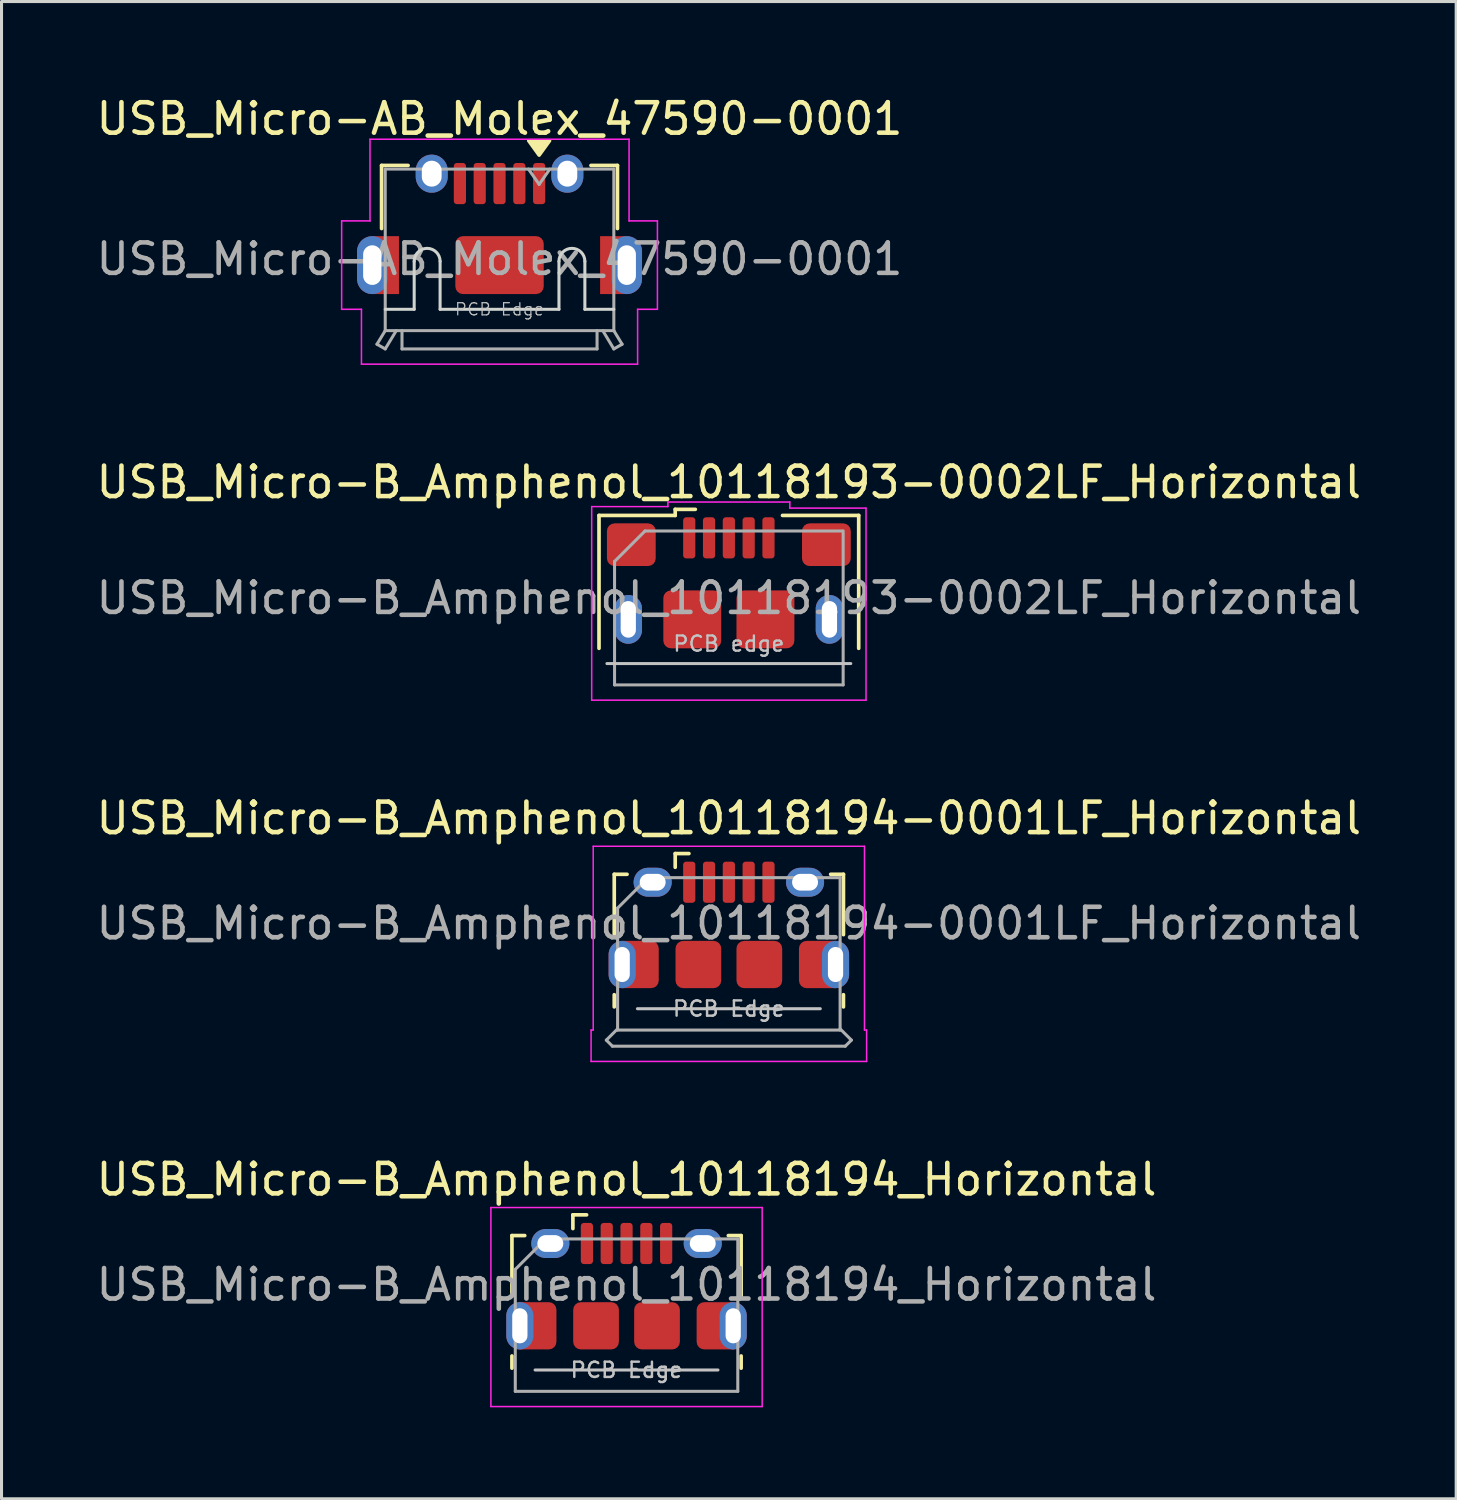
<source format=kicad_pcb>
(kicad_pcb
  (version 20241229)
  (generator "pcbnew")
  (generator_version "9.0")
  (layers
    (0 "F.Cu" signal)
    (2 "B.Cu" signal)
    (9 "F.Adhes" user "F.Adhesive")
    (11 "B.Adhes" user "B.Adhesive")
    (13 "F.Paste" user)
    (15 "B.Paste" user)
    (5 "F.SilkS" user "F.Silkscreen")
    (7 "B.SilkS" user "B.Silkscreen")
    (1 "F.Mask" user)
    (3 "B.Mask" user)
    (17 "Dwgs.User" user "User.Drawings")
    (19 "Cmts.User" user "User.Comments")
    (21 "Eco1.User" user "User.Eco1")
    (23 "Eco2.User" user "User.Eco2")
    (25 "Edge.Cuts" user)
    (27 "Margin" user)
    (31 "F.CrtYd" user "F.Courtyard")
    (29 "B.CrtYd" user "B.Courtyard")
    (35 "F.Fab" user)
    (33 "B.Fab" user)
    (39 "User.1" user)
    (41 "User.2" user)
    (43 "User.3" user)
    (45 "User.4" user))
  (footprint "USB_Micro-B_Amphenol_10118193-0002LF_Horizontal"
    (layer "F.Cu")
    (at 20.863 17.271)
    (property "Reference" "USB_Micro-B_Amphenol_10118193-0002LF_Horizontal" (at 0 -4.5 0) (layer "F.SilkS") (effects (font (size 1 1) (thickness 0.15))))
    (attr smd)
    (fp_line (start -4.26 -3.41) (end -4.26 0.95) (stroke (width 0.12) (type solid)) (layer "F.SilkS"))
    (fp_line (start -4.26 -3.41) (end -1.76 -3.41) (stroke (width 0.12) (type default)) (layer "F.SilkS"))
    (fp_line (start -1.76 -3.41) (end -1.76 -3.61) (stroke (width 0.12) (type default)) (layer "F.SilkS"))
    (fp_line (start -1.1 -3.61) (end -1.76 -3.61) (stroke (width 0.12) (type default)) (layer "F.SilkS"))
    (fp_line (start 1.76 -3.41) (end 4.26 -3.41) (stroke (width 0.12) (type default)) (layer "F.SilkS"))
    (fp_line (start 4.26 -3.41) (end 4.26 0.95) (stroke (width 0.12) (type solid)) (layer "F.SilkS"))
    (fp_line (start -4 1.45) (end 4 1.45) (stroke (width 0.1) (type solid)) (layer "Dwgs.User"))
    (fp_line (start -4.5 -3.7) (end -4.5 2.65) (stroke (width 0.05) (type solid)) (layer "F.CrtYd"))
    (fp_line (start -4.5 -3.7) (end -2 -3.7) (stroke (width 0.05) (type default)) (layer "F.CrtYd"))
    (fp_line (start -2 -3.85) (end 2 -3.85) (stroke (width 0.05) (type solid)) (layer "F.CrtYd"))
    (fp_line (start -2 -3.7) (end -2 -3.85) (stroke (width 0.05) (type default)) (layer "F.CrtYd"))
    (fp_line (start 2 -3.65) (end 2 -3.85) (stroke (width 0.05) (type default)) (layer "F.CrtYd"))
    (fp_line (start 4.5 -3.65) (end 2 -3.65) (stroke (width 0.05) (type default)) (layer "F.CrtYd"))
    (fp_line (start 4.5 2.65) (end -4.5 2.65) (stroke (width 0.05) (type solid)) (layer "F.CrtYd"))
    (fp_line (start 4.5 2.65) (end 4.5 -3.65) (stroke (width 0.05) (type solid)) (layer "F.CrtYd"))
    (fp_line (start -3.75 -1.9) (end -3.75 2.15) (stroke (width 0.1) (type solid)) (layer "F.Fab"))
    (fp_line (start -3.75 -1.9) (end -2.75 -2.9) (stroke (width 0.1) (type default)) (layer "F.Fab"))
    (fp_line (start -3.75 2.15) (end 3.75 2.15) (stroke (width 0.1) (type solid)) (layer "F.Fab"))
    (fp_line (start 3.73 -2.9) (end -2.75 -2.9) (stroke (width 0.1) (type solid)) (layer "F.Fab"))
    (fp_line (start 3.75 2.15) (end 3.75 -2.9) (stroke (width 0.1) (type solid)) (layer "F.Fab"))
    (fp_text user "PCB edge" (at 0 0.8 0) (layer "Dwgs.User") (effects (font (size 0.5 0.5) (thickness 0.075))))
    (fp_text user "${REFERENCE}" (at 0 -0.7 0) (layer "F.Fab") (effects (font (size 1 1) (thickness 0.15))))
    (pad "1" smd roundrect (at -1.3 -2.675) (size 0.4 1.35) (layers "F.Cu" "F.Mask" "F.Paste") (roundrect_rratio 0.25))
    (pad "2" smd roundrect (at -0.65 -2.675) (size 0.4 1.35) (layers "F.Cu" "F.Mask" "F.Paste") (roundrect_rratio 0.25))
    (pad "3" smd roundrect (at 0 -2.675) (size 0.4 1.35) (layers "F.Cu" "F.Mask" "F.Paste") (roundrect_rratio 0.25))
    (pad "4" smd roundrect (at 0.65 -2.675) (size 0.4 1.35) (layers "F.Cu" "F.Mask" "F.Paste") (roundrect_rratio 0.25))
    (pad "5" smd roundrect (at 1.3 -2.675) (size 0.4 1.35) (layers "F.Cu" "F.Mask" "F.Paste") (roundrect_rratio 0.25))
    (pad "6" thru_hole oval (at -3.3 0 90) (size 1.6 0.9) (drill oval 1.2 0.5) (property pad_prop_heatsink) (layers "*.Cu" "*.Mask" "F.Paste"))
    (pad "6" smd roundrect (at -3.2 -2.45) (size 1.6 1.4) (layers "F.Cu" "F.Mask" "F.Paste") (roundrect_rratio 0.179))
    (pad "6" smd roundrect (at -1.2 0) (size 1.9 1.9) (layers "F.Cu" "F.Mask" "F.Paste") (roundrect_rratio 0.132))
    (pad "6" smd roundrect (at 1.2 0) (size 1.9 1.9) (layers "F.Cu" "F.Mask" "F.Paste") (roundrect_rratio 0.132))
    (pad "6" smd roundrect (at 3.2 -2.45) (size 1.6 1.4) (layers "F.Cu" "F.Mask" "F.Paste") (roundrect_rratio 0.179))
    (pad "6" thru_hole oval (at 3.3 0 90) (size 1.6 0.9) (drill oval 1.2 0.5) (property pad_prop_heatsink) (layers "*.Cu" "*.Mask" "F.Paste")))
  (footprint "USB_Micro-B_Amphenol_10118194-0001LF_Horizontal"
    (layer "F.Cu")
    (at 20.863 27.295)
    (property "Reference" "USB_Micro-B_Amphenol_10118194-0001LF_Horizontal" (at 0 -3.5 0) (layer "F.SilkS") (effects (font (size 1 1) (thickness 0.15))))
    (attr smd)
    (fp_line (start -3.76 -1.66) (end -3.34 -1.66) (stroke (width 0.12) (type solid)) (layer "F.SilkS"))
    (fp_line (start -3.76 0.32) (end -3.76 -1.66) (stroke (width 0.12) (type solid)) (layer "F.SilkS"))
    (fp_line (start -3.76 2.69) (end -3.76 2.29) (stroke (width 0.12) (type solid)) (layer "F.SilkS"))
    (fp_line (start -1.76 -1.89) (end -1.76 -2.34) (stroke (width 0.12) (type solid)) (layer "F.SilkS"))
    (fp_line (start -1.31 -2.34) (end -1.76 -2.34) (stroke (width 0.12) (type solid)) (layer "F.SilkS"))
    (fp_line (start 3.76 -1.66) (end 3.34 -1.66) (stroke (width 0.12) (type solid)) (layer "F.SilkS"))
    (fp_line (start 3.76 0.32) (end 3.76 -1.66) (stroke (width 0.12) (type solid)) (layer "F.SilkS"))
    (fp_line (start 3.76 2.29) (end 3.76 2.69) (stroke (width 0.12) (type solid)) (layer "F.SilkS"))
    (fp_line (start 3 2.75) (end -3 2.75) (stroke (width 0.1) (type solid)) (layer "Dwgs.User"))
    (fp_line (start -4.52 3.45) (end -4.52 4.48) (stroke (width 0.05) (type default)) (layer "F.CrtYd"))
    (fp_line (start -4.52 4.48) (end 4.52 4.48) (stroke (width 0.05) (type solid)) (layer "F.CrtYd"))
    (fp_line (start -4.45 -2.58) (end -4.45 3.45) (stroke (width 0.05) (type solid)) (layer "F.CrtYd"))
    (fp_line (start -4.45 -2.58) (end 4.45 -2.58) (stroke (width 0.05) (type solid)) (layer "F.CrtYd"))
    (fp_line (start -4.45 3.45) (end -4.52 3.45) (stroke (width 0.05) (type default)) (layer "F.CrtYd"))
    (fp_line (start 4.45 -2.58) (end 4.45 3.45) (stroke (width 0.05) (type solid)) (layer "F.CrtYd"))
    (fp_line (start 4.45 3.45) (end 4.52 3.45) (stroke (width 0.05) (type default)) (layer "F.CrtYd"))
    (fp_line (start 4.52 3.45) (end 4.52 4.48) (stroke (width 0.05) (type default)) (layer "F.CrtYd"))
    (fp_line (start -4.02 3.78) (end -3.65 3.41) (stroke (width 0.1) (type default)) (layer "F.Fab"))
    (fp_line (start -3.82 3.98) (end -4.02 3.78) (stroke (width 0.1) (type default)) (layer "F.Fab"))
    (fp_line (start -3.82 3.98) (end 3.82 3.98) (stroke (width 0.1) (type default)) (layer "F.Fab"))
    (fp_line (start -3.65 -0.55) (end -2.65 -1.55) (stroke (width 0.1) (type solid)) (layer "F.Fab"))
    (fp_line (start -3.65 3.45) (end -3.65 -0.55) (stroke (width 0.1) (type solid)) (layer "F.Fab"))
    (fp_line (start -2.65 -1.55) (end 3.65 -1.55) (stroke (width 0.1) (type solid)) (layer "F.Fab"))
    (fp_line (start 3.65 -1.55) (end 3.65 3.45) (stroke (width 0.1) (type solid)) (layer "F.Fab"))
    (fp_line (start 3.65 3.41) (end 4.02 3.78) (stroke (width 0.1) (type default)) (layer "F.Fab"))
    (fp_line (start 3.65 3.45) (end -3.65 3.45) (stroke (width 0.1) (type solid)) (layer "F.Fab"))
    (fp_line (start 4.02 3.78) (end 3.82 3.98) (stroke (width 0.1) (type default)) (layer "F.Fab"))
    (fp_text user "PCB Edge" (at 0 2.75 0) (layer "Dwgs.User") (effects (font (size 0.5 0.5) (thickness 0.08))))
    (fp_text user "${REFERENCE}" (at 0 -0.05 0) (layer "F.Fab") (effects (font (size 1 1) (thickness 0.15))))
    (pad "" smd oval (at -3.5 1.3) (size 0.89 1.55) (layers "F.Paste"))
    (pad "" smd oval (at -2.5 -1.4) (size 1.25 0.95) (layers "F.Paste"))
    (pad "" smd oval (at 2.5 -1.4) (size 1.25 0.95) (layers "F.Paste"))
    (pad "" smd oval (at 3.5 1.3) (size 0.89 1.55) (layers "F.Paste"))
    (pad "1" smd roundrect (at -1.3 -1.4) (size 0.4 1.35) (layers "F.Cu" "F.Mask" "F.Paste") (roundrect_rratio 0.25))
    (pad "2" smd roundrect (at -0.65 -1.4) (size 0.4 1.35) (layers "F.Cu" "F.Mask" "F.Paste") (roundrect_rratio 0.25))
    (pad "3" smd roundrect (at 0 -1.4) (size 0.4 1.35) (layers "F.Cu" "F.Mask" "F.Paste") (roundrect_rratio 0.25))
    (pad "4" smd roundrect (at 0.65 -1.4) (size 0.4 1.35) (layers "F.Cu" "F.Mask" "F.Paste") (roundrect_rratio 0.25))
    (pad "5" smd roundrect (at 1.3 -1.4) (size 0.4 1.35) (layers "F.Cu" "F.Mask" "F.Paste") (roundrect_rratio 0.25))
    (pad "6" thru_hole oval (at -3.5 1.3) (size 0.89 1.55) (drill oval 0.5 1.15) (property pad_prop_heatsink) (layers "*.Cu" "*.Mask"))
    (pad "6" smd roundrect (at -3.025 1.3) (size 1.45 1.55) (layers "F.Cu" "F.Mask" "F.Paste") (roundrect_rratio 0.172))
    (pad "6" thru_hole oval (at -2.5 -1.4) (size 1.25 0.95) (drill oval 0.85 0.55) (property pad_prop_heatsink) (layers "*.Cu" "*.Mask"))
    (pad "6" smd roundrect (at -1 1.3) (size 1.5 1.55) (layers "F.Cu" "F.Mask" "F.Paste") (roundrect_rratio 0.167))
    (pad "6" smd roundrect (at 1 1.3) (size 1.5 1.55) (layers "F.Cu" "F.Mask" "F.Paste") (roundrect_rratio 0.167))
    (pad "6" thru_hole oval (at 2.5 -1.4) (size 1.25 0.95) (drill oval 0.85 0.55) (property pad_prop_heatsink) (layers "*.Cu" "*.Mask"))
    (pad "6" smd roundrect (at 3.025 1.3) (size 1.45 1.55) (layers "F.Cu" "F.Mask" "F.Paste") (roundrect_rratio 0.172))
    (pad "6" thru_hole oval (at 3.5 1.3) (size 0.89 1.55) (drill oval 0.5 1.15) (property pad_prop_heatsink) (layers "*.Cu" "*.Mask")))
  (footprint "USB_Micro-AB_Molex_47590-0001"
    (layer "F.Cu")
    (at 13.339 5.998)
    (property "Reference" "USB_Micro-AB_Molex_47590-0001" (at 0 -5.15 180) (layer "F.SilkS") (effects (font (size 1 1) (thickness 0.15))))
    (attr smd)
    (fp_line (start -3.87 -3.62) (end -3.87 -1.55) (stroke (width 0.12) (type solid)) (layer "F.SilkS"))
    (fp_line (start -3.87 -3.62) (end -3 -3.62) (stroke (width 0.12) (type solid)) (layer "F.SilkS"))
    (fp_line (start 3 -3.62) (end 3.87 -3.62) (stroke (width 0.12) (type solid)) (layer "F.SilkS"))
    (fp_line (start 3.87 -3.62) (end 3.87 -1.55) (stroke (width 0.12) (type solid)) (layer "F.SilkS"))
    (fp_poly (pts (xy 1.3 -3.96) (xy 0.96 -4.43) (xy 1.64 -4.43) (xy 1.3 -3.96)) (stroke (width 0.12) (type solid)) (fill yes) (layer "F.SilkS"))
    (fp_line (start -3.75 1.1) (end -2.8 1.1) (stroke (width 0.1) (type solid)) (layer "Edge.Cuts"))
    (fp_line (start -2.8 -0.475) (end -2.8 1.1) (stroke (width 0.1) (type solid)) (layer "Edge.Cuts"))
    (fp_line (start -1.95 -0.475) (end -1.95 1.1) (stroke (width 0.1) (type solid)) (layer "Edge.Cuts"))
    (fp_line (start -1.95 1.1) (end 1.95 1.1) (stroke (width 0.1) (type solid)) (layer "Edge.Cuts"))
    (fp_line (start 1.95 -0.475) (end 1.95 1.1) (stroke (width 0.1) (type solid)) (layer "Edge.Cuts"))
    (fp_line (start 2.8 -0.475) (end 2.8 1.1) (stroke (width 0.1) (type solid)) (layer "Edge.Cuts"))
    (fp_line (start 2.8 1.1) (end 3.75 1.1) (stroke (width 0.1) (type solid)) (layer "Edge.Cuts"))
    (fp_arc (start -2.8 -0.475) (mid -2.375 -0.9) (end -1.95 -0.475) (stroke (width 0.1) (type solid)) (layer "Edge.Cuts"))
    (fp_arc (start 1.95 -0.475) (mid 2.375 -0.9) (end 2.8 -0.475) (stroke (width 0.1) (type solid)) (layer "Edge.Cuts"))
    (fp_line (start -5.18 -1.8) (end -5.18 1.1) (stroke (width 0.05) (type solid)) (layer "F.CrtYd"))
    (fp_line (start -5.18 1.1) (end -4.53 1.1) (stroke (width 0.05) (type default)) (layer "F.CrtYd"))
    (fp_line (start -4.53 1.1) (end -4.53 2.9) (stroke (width 0.05) (type default)) (layer "F.CrtYd"))
    (fp_line (start -4.53 2.9) (end 4.53 2.9) (stroke (width 0.05) (type solid)) (layer "F.CrtYd"))
    (fp_line (start -4.25 -4.48) (end -4.25 -1.8) (stroke (width 0.05) (type default)) (layer "F.CrtYd"))
    (fp_line (start -4.25 -4.48) (end 4.25 -4.48) (stroke (width 0.05) (type solid)) (layer "F.CrtYd"))
    (fp_line (start -4.25 -1.8) (end -5.18 -1.8) (stroke (width 0.05) (type default)) (layer "F.CrtYd"))
    (fp_line (start 4.25 -4.48) (end 4.25 -1.8) (stroke (width 0.05) (type default)) (layer "F.CrtYd"))
    (fp_line (start 4.25 -1.8) (end 5.18 -1.8) (stroke (width 0.05) (type default)) (layer "F.CrtYd"))
    (fp_line (start 4.53 1.1) (end 4.53 2.9) (stroke (width 0.05) (type default)) (layer "F.CrtYd"))
    (fp_line (start 5.18 -1.8) (end 5.18 1.1) (stroke (width 0.05) (type solid)) (layer "F.CrtYd"))
    (fp_line (start 5.18 1.1) (end 4.53 1.1) (stroke (width 0.05) (type default)) (layer "F.CrtYd"))
    (fp_line (start -3.75 -3.5) (end -3.75 1.8) (stroke (width 0.1) (type solid)) (layer "F.Fab"))
    (fp_line (start -3.75 -3.5) (end 3.75 -3.5) (stroke (width 0.1) (type solid)) (layer "F.Fab"))
    (fp_line (start -3.75 1.8) (end -4.021 2.246) (stroke (width 0.1) (type solid)) (layer "F.Fab"))
    (fp_line (start -3.75 1.8) (end 3.75 1.8) (stroke (width 0.1) (type solid)) (layer "F.Fab"))
    (fp_line (start -3.75 2.4) (end -4.021 2.246) (stroke (width 0.1) (type default)) (layer "F.Fab"))
    (fp_line (start -3.388 1.8) (end -3.75 2.4) (stroke (width 0.1) (type solid)) (layer "F.Fab"))
    (fp_line (start -3.2 1.8) (end -3.2 2.4) (stroke (width 0.1) (type solid)) (layer "F.Fab"))
    (fp_line (start -3.2 2.4) (end 3.2 2.4) (stroke (width 0.1) (type solid)) (layer "F.Fab"))
    (fp_line (start 0.95 -3.5) (end 1.3 -3) (stroke (width 0.1) (type solid)) (layer "F.Fab"))
    (fp_line (start 1.3 -3) (end 1.65 -3.5) (stroke (width 0.1) (type solid)) (layer "F.Fab"))
    (fp_line (start 3.2 1.8) (end 3.2 2.4) (stroke (width 0.1) (type solid)) (layer "F.Fab"))
    (fp_line (start 3.388 1.8) (end 3.75 2.4) (stroke (width 0.1) (type solid)) (layer "F.Fab"))
    (fp_line (start 3.75 -3.5) (end 3.75 1.8) (stroke (width 0.1) (type solid)) (layer "F.Fab"))
    (fp_line (start 3.75 1.8) (end 4.021 2.246) (stroke (width 0.1) (type solid)) (layer "F.Fab"))
    (fp_line (start 3.75 2.4) (end 4.021 2.246) (stroke (width 0.1) (type default)) (layer "F.Fab"))
    (fp_text user "PCB Edge" (at 0 1.1 0) (layer "Dwgs.User") (effects (font (size 0.4 0.4) (thickness 0.04))))
    (fp_text user "${REFERENCE}" (at 0 -0.55 0) (layer "F.Fab") (effects (font (size 1 1) (thickness 0.15))))
    (pad "" smd rect (at -3.5 -0.35) (size 0.3 0.85) (layers "F.Paste"))
    (pad "" smd rect (at 3.5 -0.35) (size 0.3 0.85) (layers "F.Paste"))
    (pad "1" smd roundrect (at 1.3 -3.025) (size 0.4 1.35) (layers "F.Cu" "F.Mask" "F.Paste") (roundrect_rratio 0.25))
    (pad "2" smd roundrect (at 0.65 -3.025) (size 0.4 1.35) (layers "F.Cu" "F.Mask" "F.Paste") (roundrect_rratio 0.25))
    (pad "3" smd roundrect (at 0 -3.025) (size 0.4 1.35) (layers "F.Cu" "F.Mask" "F.Paste") (roundrect_rratio 0.25))
    (pad "4" smd roundrect (at -0.65 -3.025) (size 0.4 1.35) (layers "F.Cu" "F.Mask" "F.Paste") (roundrect_rratio 0.25))
    (pad "5" smd roundrect (at -1.3 -3.025) (size 0.4 1.35) (layers "F.Cu" "F.Mask" "F.Paste") (roundrect_rratio 0.25))
    (pad "6" thru_hole oval (at -4.175 -0.35) (size 1 1.9) (drill oval 0.6 1.3) (property pad_prop_heatsink) (layers "*.Cu" "*.Mask"))
    (pad "6" smd rect (at -3.737 -0.35) (size 0.875 1.9) (layers "F.Cu" "F.Mask"))
    (pad "6" thru_hole oval (at -2.225 -3.35) (size 1.05 1.25) (drill oval 0.65 0.85) (property pad_prop_heatsink) (layers "*.Cu" "*.Mask"))
    (pad "6" smd roundrect (at 0 -0.35) (size 2.9 1.9) (layers "F.Cu" "F.Mask" "F.Paste") (roundrect_rratio 0.132))
    (pad "6" thru_hole oval (at 2.225 -3.35) (size 1.05 1.25) (drill oval 0.65 0.85) (property pad_prop_heatsink) (layers "*.Cu" "*.Mask"))
    (pad "6" smd rect (at 3.737 -0.35) (size 0.875 1.9) (layers "F.Cu" "F.Mask"))
    (pad "6" thru_hole oval (at 4.175 -0.35) (size 1 1.9) (drill oval 0.6 1.3) (property pad_prop_heatsink) (layers "*.Cu" "*.Mask")))
  (footprint "USB_Micro-B_Amphenol_10118194_Horizontal"
    (layer "F.Cu")
    (at 17.506 39.148)
    (property "Reference" "USB_Micro-B_Amphenol_10118194_Horizontal" (at 0 -3.5 0) (layer "F.SilkS") (effects (font (size 1 1) (thickness 0.15))))
    (attr smd)
    (fp_line (start -3.76 -1.66) (end -3.34 -1.66) (stroke (width 0.12) (type solid)) (layer "F.SilkS"))
    (fp_line (start -3.76 0.32) (end -3.76 -1.66) (stroke (width 0.12) (type solid)) (layer "F.SilkS"))
    (fp_line (start -3.76 2.69) (end -3.76 2.29) (stroke (width 0.12) (type solid)) (layer "F.SilkS"))
    (fp_line (start -1.76 -1.89) (end -1.76 -2.34) (stroke (width 0.12) (type solid)) (layer "F.SilkS"))
    (fp_line (start -1.31 -2.34) (end -1.76 -2.34) (stroke (width 0.12) (type solid)) (layer "F.SilkS"))
    (fp_line (start 3.76 -1.66) (end 3.34 -1.66) (stroke (width 0.12) (type solid)) (layer "F.SilkS"))
    (fp_line (start 3.76 0.32) (end 3.76 -1.66) (stroke (width 0.12) (type solid)) (layer "F.SilkS"))
    (fp_line (start 3.76 2.29) (end 3.76 2.69) (stroke (width 0.12) (type solid)) (layer "F.SilkS"))
    (fp_line (start 3 2.75) (end -3 2.75) (stroke (width 0.1) (type solid)) (layer "Dwgs.User"))
    (fp_line (start -4.45 -2.58) (end -4.45 3.95) (stroke (width 0.05) (type solid)) (layer "F.CrtYd"))
    (fp_line (start -4.45 -2.58) (end 4.45 -2.58) (stroke (width 0.05) (type solid)) (layer "F.CrtYd"))
    (fp_line (start -4.45 3.95) (end 4.45 3.95) (stroke (width 0.05) (type solid)) (layer "F.CrtYd"))
    (fp_line (start 4.45 -2.58) (end 4.45 3.95) (stroke (width 0.05) (type solid)) (layer "F.CrtYd"))
    (fp_line (start -3.65 -0.55) (end -2.65 -1.55) (stroke (width 0.1) (type solid)) (layer "F.Fab"))
    (fp_line (start -3.65 3.45) (end -3.65 -0.55) (stroke (width 0.1) (type solid)) (layer "F.Fab"))
    (fp_line (start -2.65 -1.55) (end 3.65 -1.55) (stroke (width 0.1) (type solid)) (layer "F.Fab"))
    (fp_line (start 3.65 -1.55) (end 3.65 3.45) (stroke (width 0.1) (type solid)) (layer "F.Fab"))
    (fp_line (start 3.65 3.45) (end -3.65 3.45) (stroke (width 0.1) (type solid)) (layer "F.Fab"))
    (fp_text user "PCB Edge" (at 0 2.75 0) (layer "Dwgs.User") (effects (font (size 0.5 0.5) (thickness 0.08))))
    (fp_text user "${REFERENCE}" (at 0 -0.05 0) (layer "F.Fab") (effects (font (size 1 1) (thickness 0.15))))
    (pad "" smd oval (at -3.5 1.3) (size 0.89 1.55) (layers "F.Paste"))
    (pad "" smd oval (at -2.5 -1.4) (size 1.25 0.95) (layers "F.Paste"))
    (pad "" smd oval (at 2.5 -1.4) (size 1.25 0.95) (layers "F.Paste"))
    (pad "" smd oval (at 3.5 1.3) (size 0.89 1.55) (layers "F.Paste"))
    (pad "1" smd roundrect (at -1.3 -1.4) (size 0.4 1.35) (layers "F.Cu" "F.Mask" "F.Paste") (roundrect_rratio 0.25))
    (pad "2" smd roundrect (at -0.65 -1.4) (size 0.4 1.35) (layers "F.Cu" "F.Mask" "F.Paste") (roundrect_rratio 0.25))
    (pad "3" smd roundrect (at 0 -1.4) (size 0.4 1.35) (layers "F.Cu" "F.Mask" "F.Paste") (roundrect_rratio 0.25))
    (pad "4" smd roundrect (at 0.65 -1.4) (size 0.4 1.35) (layers "F.Cu" "F.Mask" "F.Paste") (roundrect_rratio 0.25))
    (pad "5" smd roundrect (at 1.3 -1.4) (size 0.4 1.35) (layers "F.Cu" "F.Mask" "F.Paste") (roundrect_rratio 0.25))
    (pad "6" thru_hole oval (at -3.5 1.3) (size 0.89 1.55) (drill oval 0.5 1.15) (property pad_prop_heatsink) (layers "*.Cu" "*.Mask"))
    (pad "6" smd roundrect (at -3.025 1.3) (size 1.45 1.55) (layers "F.Cu" "F.Mask" "F.Paste") (roundrect_rratio 0.172))
    (pad "6" thru_hole oval (at -2.5 -1.4) (size 1.25 0.95) (drill oval 0.85 0.55) (property pad_prop_heatsink) (layers "*.Cu" "*.Mask"))
    (pad "6" smd roundrect (at -1 1.3) (size 1.5 1.55) (layers "F.Cu" "F.Mask" "F.Paste") (roundrect_rratio 0.167))
    (pad "6" smd roundrect (at 1 1.3) (size 1.5 1.55) (layers "F.Cu" "F.Mask" "F.Paste") (roundrect_rratio 0.167))
    (pad "6" thru_hole oval (at 2.5 -1.4) (size 1.25 0.95) (drill oval 0.85 0.55) (property pad_prop_heatsink) (layers "*.Cu" "*.Mask"))
    (pad "6" smd roundrect (at 3.025 1.3) (size 1.45 1.55) (layers "F.Cu" "F.Mask" "F.Paste") (roundrect_rratio 0.172))
    (pad "6" thru_hole oval (at 3.5 1.3) (size 0.89 1.55) (drill oval 0.5 1.15) (property pad_prop_heatsink) (layers "*.Cu" "*.Mask")))
  (gr_rect
    (start -3 -3)
    (end 44.726 46.123)
    (stroke (width 0.1) (type default))
    (fill no)
    (layer "Edge.Cuts")))
</source>
